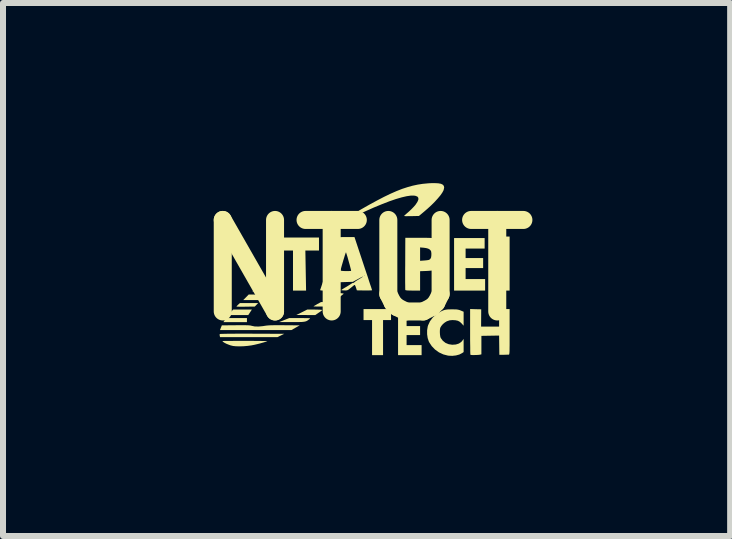
<source format=kicad_pcb>
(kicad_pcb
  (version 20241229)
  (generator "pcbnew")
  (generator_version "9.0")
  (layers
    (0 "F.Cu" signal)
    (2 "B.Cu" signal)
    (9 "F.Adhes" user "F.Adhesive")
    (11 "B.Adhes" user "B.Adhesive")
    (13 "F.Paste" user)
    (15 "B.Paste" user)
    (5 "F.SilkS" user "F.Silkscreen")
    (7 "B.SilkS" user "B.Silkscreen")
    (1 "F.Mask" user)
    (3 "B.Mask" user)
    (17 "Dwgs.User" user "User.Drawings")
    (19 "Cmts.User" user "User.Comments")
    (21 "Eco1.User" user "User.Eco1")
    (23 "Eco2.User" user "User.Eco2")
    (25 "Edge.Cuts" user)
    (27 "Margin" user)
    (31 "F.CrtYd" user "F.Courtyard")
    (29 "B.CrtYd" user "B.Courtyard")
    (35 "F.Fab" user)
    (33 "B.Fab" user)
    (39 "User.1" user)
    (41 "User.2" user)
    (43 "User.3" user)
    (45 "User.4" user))
  (footprint "NTUT"
    (layer "F.Cu")
    (at 3.055 1.448)
    (property "Reference" "NTUT" (at 0 0 0) (layer "F.SilkS") (effects (font (size 1.524 1.524) (thickness 0.3))))
    (attr board_only exclude_from_pos_files exclude_from_bom)
    (fp_poly (pts (xy -1.992 0.867) (xy -2.384 0.867) (xy -2.339 0.8) (xy -1.992 0.8)) (stroke (width 0) (type solid)) (fill yes) (layer "F.SilkS"))
    (fp_poly (pts (xy -0.667 -0.662) (xy -0.671 -0.658) (xy -0.675 -0.662) (xy -0.671 -0.667)) (stroke (width 0) (type solid)) (fill yes) (layer "F.SilkS"))
    (fp_poly (pts (xy 0.475 0.342) (xy 0.233 0.342) (xy 0.233 -0.542) (xy 0.475 -0.542)) (stroke (width 0) (type solid)) (fill yes) (layer "F.SilkS"))
    (fp_poly (pts (xy 2.383 0.342) (xy 2.133 0.342) (xy 2.133 -0.558) (xy 2.383 -0.558)) (stroke (width 0) (type solid)) (fill yes) (layer "F.SilkS"))
    (fp_poly (pts (xy 0.408 0.833) (xy 0.275 0.833) (xy 0.275 1.417) (xy 0.092 1.417) (xy 0.092 0.833) (xy -0.05 0.833) (xy -0.05 0.65) (xy 0.408 0.65)) (stroke (width 0) (type solid)) (fill yes) (layer "F.SilkS"))
    (fp_poly (pts (xy -1.94 0.704) (xy -1.97 0.75) (xy -2.303 0.75) (xy -2.286 0.731) (xy -2.269 0.712) (xy -2.25 0.69) (xy -2.246 0.685) (xy -2.222 0.658) (xy -1.91 0.658)) (stroke (width 0) (type solid)) (fill yes) (layer "F.SilkS"))
    (fp_poly (pts (xy -0.792 -0.325) (xy -1.019 -0.325) (xy -1.013 0.008) (xy -1.007 0.342) (xy -1.225 0.342) (xy -1.225 -0.325) (xy -1.433 -0.325) (xy -1.433 -0.542) (xy -0.792 -0.542)) (stroke (width 0) (type solid)) (fill yes) (layer "F.SilkS"))
    (fp_poly (pts (xy -1.861 0.608) (xy -2.014 0.61) (xy -2.062 0.611) (xy -2.104 0.611) (xy -2.137 0.61) (xy -2.159 0.609) (xy -2.167 0.608) (xy -2.161 0.6) (xy -2.147 0.585) (xy -2.138 0.576) (xy -2.109 0.55) (xy -1.805 0.55)) (stroke (width 0) (type solid)) (fill yes) (layer "F.SilkS"))
    (fp_poly (pts (xy 0.917 0.808) (xy 0.667 0.808) (xy 0.667 0.933) (xy 0.892 0.933) (xy 0.892 1.083) (xy 0.667 1.083) (xy 0.667 1.25) (xy 0.917 1.25) (xy 0.917 1.417) (xy 0.525 1.417) (xy 0.525 0.65) (xy 0.917 0.65)) (stroke (width 0) (type solid)) (fill yes) (layer "F.SilkS"))
    (fp_poly (pts (xy 1.967 -0.358) (xy 1.65 -0.358) (xy 1.65 -0.2) (xy 1.942 -0.2) (xy 1.942 -0.033) (xy 1.65 -0.033) (xy 1.65 0.15) (xy 1.975 0.15) (xy 1.975 0.342) (xy 1.458 0.342) (xy 1.458 -0.533) (xy 1.967 -0.533)) (stroke (width 0) (type solid)) (fill yes) (layer "F.SilkS"))
    (fp_poly (pts (xy -1.815 0.409) (xy -1.767 0.41) (xy -1.726 0.411) (xy -1.694 0.412) (xy -1.673 0.413) (xy -1.667 0.413) (xy -1.672 0.42) (xy -1.687 0.435) (xy -1.708 0.455) (xy -1.71 0.458) (xy -1.754 0.5) (xy -1.904 0.5) (xy -2.054 0.5) (xy -2.008 0.454) (xy -1.962 0.407)) (stroke (width 0) (type solid)) (fill yes) (layer "F.SilkS"))
    (fp_poly (pts (xy -0.816 0.659) (xy -0.78 0.66) (xy -0.753 0.662) (xy -0.738 0.664) (xy -0.737 0.666) (xy -0.745 0.673) (xy -0.764 0.688) (xy -0.79 0.706) (xy -0.798 0.711) (xy -0.855 0.75) (xy -1.013 0.749) (xy -1.171 0.749) (xy -1.079 0.704) (xy -0.988 0.658) (xy -0.86 0.658)) (stroke (width 0) (type solid)) (fill yes) (layer "F.SilkS"))
    (fp_poly (pts (xy -0.661 0.535) (xy -0.564 0.537) (xy -0.61 0.573) (xy -0.656 0.608) (xy -0.77 0.608) (xy -0.811 0.608) (xy -0.846 0.607) (xy -0.87 0.606) (xy -0.883 0.605) (xy -0.883 0.605) (xy -0.877 0.6) (xy -0.858 0.589) (xy -0.832 0.574) (xy -0.821 0.567) (xy -0.758 0.533)) (stroke (width 0) (type solid)) (fill yes) (layer "F.SilkS"))
    (fp_poly (pts (xy -1.93 1.06) (xy -1.904 1.06) (xy -1.371 1.062) (xy -1.483 1.117) (xy -2.44 1.117) (xy -2.445 1.095) (xy -2.447 1.076) (xy -2.444 1.065) (xy -2.434 1.064) (xy -2.41 1.063) (xy -2.371 1.062) (xy -2.32 1.061) (xy -2.259 1.061) (xy -2.187 1.06) (xy -2.108 1.06) (xy -2.021 1.06)) (stroke (width 0) (type solid)) (fill yes) (layer "F.SilkS"))
    (fp_poly (pts (xy -0.439 0.385) (xy -0.41 0.387) (xy -0.389 0.39) (xy -0.38 0.393) (xy -0.381 0.394) (xy -0.389 0.402) (xy -0.407 0.416) (xy -0.431 0.436) (xy -0.439 0.442) (xy -0.494 0.483) (xy -0.582 0.483) (xy -0.671 0.482) (xy -0.637 0.462) (xy -0.591 0.433) (xy -0.556 0.413) (xy -0.528 0.399) (xy -0.505 0.39) (xy -0.484 0.386) (xy -0.461 0.385)) (stroke (width 0) (type solid)) (fill yes) (layer "F.SilkS"))
    (fp_poly (pts (xy -1.108 0.8) (xy -1.049 0.8) (xy -1.005 0.801) (xy -0.974 0.801) (xy -0.954 0.802) (xy -0.944 0.804) (xy -0.941 0.807) (xy -0.944 0.811) (xy -0.95 0.816) (xy -0.95 0.816) (xy -0.97 0.831) (xy -0.987 0.843) (xy -1.005 0.852) (xy -1.025 0.858) (xy -1.051 0.862) (xy -1.083 0.865) (xy -1.125 0.866) (xy -1.18 0.866) (xy -1.245 0.866) (xy -1.454 0.866) (xy -1.371 0.833) (xy -1.288 0.8)) (stroke (width 0) (type solid)) (fill yes) (layer "F.SilkS"))
    (fp_poly (pts (xy -1.426 0.918) (xy -1.367 0.919) (xy -1.113 0.921) (xy -1.182 0.96) (xy -1.252 1) (xy -2.441 1) (xy -2.426 0.96) (xy -2.41 0.921) (xy -2.18 0.919) (xy -2.108 0.918) (xy -2.051 0.918) (xy -2.006 0.919) (xy -1.972 0.92) (xy -1.946 0.922) (xy -1.927 0.925) (xy -1.913 0.929) (xy -1.912 0.929) (xy -1.863 0.939) (xy -1.8 0.941) (xy -1.726 0.934) (xy -1.695 0.929) (xy -1.668 0.925) (xy -1.637 0.922) (xy -1.599 0.92) (xy -1.553 0.919) (xy -1.496 0.918)) (stroke (width 0) (type solid)) (fill yes) (layer "F.SilkS"))
    (fp_poly (pts (xy -1.734 0.25) (xy -1.702 0.255) (xy -1.657 0.263) (xy -1.65 0.265) (xy -1.609 0.273) (xy -1.574 0.28) (xy -1.548 0.285) (xy -1.535 0.288) (xy -1.534 0.289) (xy -1.538 0.295) (xy -1.551 0.31) (xy -1.572 0.329) (xy -1.572 0.329) (xy -1.585 0.341) (xy -1.595 0.351) (xy -1.606 0.357) (xy -1.619 0.362) (xy -1.636 0.364) (xy -1.661 0.365) (xy -1.694 0.364) (xy -1.74 0.362) (xy -1.799 0.359) (xy -1.804 0.359) (xy -1.903 0.354) (xy -1.854 0.312) (xy -1.822 0.285) (xy -1.799 0.266) (xy -1.779 0.255) (xy -1.759 0.25)) (stroke (width 0) (type solid)) (fill yes) (layer "F.SilkS"))
    (fp_poly (pts (xy -1.944 1.179) (xy -1.873 1.18) (xy -1.809 1.18) (xy -1.753 1.181) (xy -1.709 1.182) (xy -1.676 1.183) (xy -1.657 1.184) (xy -1.653 1.185) (xy -1.67 1.192) (xy -1.7 1.201) (xy -1.738 1.212) (xy -1.781 1.224) (xy -1.826 1.235) (xy -1.868 1.245) (xy -1.905 1.252) (xy -1.913 1.254) (xy -1.98 1.263) (xy -2.05 1.269) (xy -2.118 1.271) (xy -2.179 1.269) (xy -2.228 1.264) (xy -2.229 1.263) (xy -2.263 1.255) (xy -2.299 1.242) (xy -2.334 1.228) (xy -2.365 1.212) (xy -2.388 1.197) (xy -2.399 1.185) (xy -2.4 1.182) (xy -2.392 1.182) (xy -2.369 1.181) (xy -2.332 1.181) (xy -2.284 1.18) (xy -2.226 1.18) (xy -2.16 1.179) (xy -2.086 1.179) (xy -2.021 1.179)) (stroke (width 0) (type solid)) (fill yes) (layer "F.SilkS"))
    (fp_poly (pts (xy 1.817 0.652) (xy 1.91 0.654) (xy 1.909 0.798) (xy 1.908 0.942) (xy 2.208 0.942) (xy 2.208 0.65) (xy 2.383 0.65) (xy 2.383 1.029) (xy 2.383 1.119) (xy 2.383 1.193) (xy 2.383 1.253) (xy 2.382 1.301) (xy 2.382 1.338) (xy 2.381 1.366) (xy 2.379 1.385) (xy 2.377 1.398) (xy 2.375 1.405) (xy 2.372 1.408) (xy 2.369 1.409) (xy 2.354 1.409) (xy 2.327 1.41) (xy 2.294 1.411) (xy 2.283 1.411) (xy 2.212 1.412) (xy 2.208 1.091) (xy 1.913 1.096) (xy 1.913 1.404) (xy 1.892 1.409) (xy 1.873 1.412) (xy 1.844 1.414) (xy 1.812 1.415) (xy 1.78 1.416) (xy 1.752 1.415) (xy 1.735 1.413) (xy 1.731 1.411) (xy 1.729 1.402) (xy 1.728 1.378) (xy 1.727 1.34) (xy 1.727 1.291) (xy 1.726 1.232) (xy 1.725 1.165) (xy 1.725 1.091) (xy 1.725 1.028) (xy 1.725 0.649)) (stroke (width 0) (type solid)) (fill yes) (layer "F.SilkS"))
    (fp_poly (pts (xy 1.466 0.655) (xy 1.5 0.656) (xy 1.525 0.66) (xy 1.548 0.666) (xy 1.569 0.674) (xy 1.617 0.694) (xy 1.617 0.927) (xy 1.584 0.89) (xy 1.555 0.863) (xy 1.522 0.845) (xy 1.482 0.836) (xy 1.432 0.833) (xy 1.385 0.837) (xy 1.343 0.851) (xy 1.337 0.853) (xy 1.303 0.874) (xy 1.271 0.901) (xy 1.245 0.932) (xy 1.229 0.96) (xy 1.227 0.964) (xy 1.222 0.995) (xy 1.221 1.033) (xy 1.223 1.072) (xy 1.228 1.107) (xy 1.235 1.13) (xy 1.27 1.177) (xy 1.315 1.213) (xy 1.368 1.235) (xy 1.427 1.244) (xy 1.487 1.24) (xy 1.538 1.224) (xy 1.577 1.198) (xy 1.592 1.181) (xy 1.617 1.147) (xy 1.617 1.366) (xy 1.592 1.383) (xy 1.546 1.407) (xy 1.49 1.422) (xy 1.428 1.429) (xy 1.364 1.426) (xy 1.357 1.425) (xy 1.279 1.405) (xy 1.206 1.371) (xy 1.141 1.324) (xy 1.086 1.267) (xy 1.043 1.202) (xy 1.036 1.187) (xy 1.018 1.132) (xy 1.009 1.069) (xy 1.009 1.003) (xy 1.019 0.941) (xy 1.025 0.921) (xy 1.056 0.854) (xy 1.101 0.793) (xy 1.158 0.74) (xy 1.225 0.696) (xy 1.272 0.674) (xy 1.297 0.665) (xy 1.321 0.66) (xy 1.349 0.656) (xy 1.386 0.655) (xy 1.421 0.654)) (stroke (width 0) (type solid)) (fill yes) (layer "F.SilkS"))
    (fp_poly (pts (xy 0.875 -0.537) (xy 0.943 -0.537) (xy 0.997 -0.537) (xy 1.038 -0.536) (xy 1.07 -0.535) (xy 1.094 -0.533) (xy 1.112 -0.53) (xy 1.128 -0.526) (xy 1.143 -0.522) (xy 1.154 -0.517) (xy 1.202 -0.492) (xy 1.249 -0.453) (xy 1.251 -0.451) (xy 1.284 -0.412) (xy 1.307 -0.374) (xy 1.32 -0.331) (xy 1.324 -0.279) (xy 1.324 -0.243) (xy 1.317 -0.183) (xy 1.302 -0.134) (xy 1.276 -0.092) (xy 1.24 -0.055) (xy 1.21 -0.031) (xy 1.178 -0.013) (xy 1.14 -0.001) (xy 1.093 0.008) (xy 1.035 0.013) (xy 1.002 0.015) (xy 0.892 0.019) (xy 0.892 0.342) (xy 0.771 0.342) (xy 0.719 0.341) (xy 0.683 0.34) (xy 0.659 0.337) (xy 0.648 0.334) (xy 0.645 0.331) (xy 0.645 0.321) (xy 0.644 0.296) (xy 0.644 0.257) (xy 0.643 0.207) (xy 0.643 0.146) (xy 0.643 0.077) (xy 0.643 0.000228) (xy 0.644 -0.082) (xy 0.644 -0.108) (xy 0.645 -0.377) (xy 0.892 -0.377) (xy 0.892 -0.154) (xy 0.96 -0.159) (xy 0.994 -0.162) (xy 1.023 -0.166) (xy 1.042 -0.17) (xy 1.044 -0.171) (xy 1.063 -0.187) (xy 1.077 -0.214) (xy 1.084 -0.248) (xy 1.084 -0.282) (xy 1.076 -0.312) (xy 1.069 -0.324) (xy 1.05 -0.344) (xy 1.026 -0.357) (xy 0.993 -0.366) (xy 0.951 -0.372) (xy 0.892 -0.377) (xy 0.645 -0.377) (xy 0.646 -0.537)) (stroke (width 0) (type solid)) (fill yes) (layer "F.SilkS"))
    (fp_poly (pts (xy 1.194 -1.445) (xy 1.239 -1.437) (xy 1.27 -1.422) (xy 1.287 -1.402) (xy 1.293 -1.375) (xy 1.286 -1.341) (xy 1.28 -1.323) (xy 1.26 -1.287) (xy 1.229 -1.243) (xy 1.187 -1.193) (xy 1.137 -1.138) (xy 1.08 -1.081) (xy 1.018 -1.024) (xy 0.959 -0.973) (xy 0.873 -0.901) (xy 0.745 -0.898) (xy 0.696 -0.898) (xy 0.663 -0.897) (xy 0.641 -0.898) (xy 0.63 -0.9) (xy 0.627 -0.903) (xy 0.63 -0.908) (xy 0.631 -0.909) (xy 0.644 -0.92) (xy 0.665 -0.939) (xy 0.692 -0.962) (xy 0.712 -0.98) (xy 0.745 -1.011) (xy 0.779 -1.046) (xy 0.808 -1.078) (xy 0.818 -1.091) (xy 0.847 -1.135) (xy 0.863 -1.172) (xy 0.863 -1.201) (xy 0.849 -1.222) (xy 0.82 -1.235) (xy 0.792 -1.24) (xy 0.737 -1.24) (xy 0.668 -1.23) (xy 0.586 -1.211) (xy 0.49 -1.183) (xy 0.382 -1.146) (xy 0.261 -1.099) (xy 0.127 -1.044) (xy -0.019 -0.979) (xy -0.177 -0.906) (xy -0.348 -0.823) (xy -0.375 -0.81) (xy -0.447 -0.774) (xy -0.506 -0.745) (xy -0.552 -0.722) (xy -0.588 -0.705) (xy -0.614 -0.692) (xy -0.632 -0.683) (xy -0.643 -0.678) (xy -0.649 -0.675) (xy -0.652 -0.675) (xy -0.651 -0.676) (xy -0.65 -0.677) (xy -0.642 -0.683) (xy -0.621 -0.696) (xy -0.589 -0.715) (xy -0.548 -0.739) (xy -0.501 -0.768) (xy -0.448 -0.8) (xy -0.392 -0.833) (xy -0.334 -0.867) (xy -0.277 -0.901) (xy -0.221 -0.934) (xy -0.17 -0.964) (xy -0.125 -0.991) (xy -0.092 -1.01) (xy 0.047 -1.089) (xy 0.174 -1.158) (xy 0.291 -1.219) (xy 0.399 -1.271) (xy 0.499 -1.315) (xy 0.593 -1.352) (xy 0.682 -1.381) (xy 0.768 -1.405) (xy 0.852 -1.423) (xy 0.936 -1.436) (xy 1.02 -1.444) (xy 1.06 -1.447) (xy 1.134 -1.448)) (stroke (width 0) (type solid)) (fill yes) (layer "F.SilkS"))
    (fp_poly (pts (xy -0.055 -0.11) (xy -0.028 -0.028) (xy -0.002 0.049) (xy 0.022 0.12) (xy 0.042 0.183) (xy 0.06 0.238) (xy 0.075 0.281) (xy 0.085 0.313) (xy 0.091 0.332) (xy 0.092 0.336) (xy 0.084 0.338) (xy 0.062 0.339) (xy 0.03 0.34) (xy -0.011 0.34) (xy -0.035 0.34) (xy -0.161 0.338) (xy -0.177 0.289) (xy -0.187 0.263) (xy -0.194 0.25) (xy -0.2 0.248) (xy -0.207 0.252) (xy -0.22 0.262) (xy -0.242 0.28) (xy -0.267 0.3) (xy -0.268 0.301) (xy -0.294 0.321) (xy -0.312 0.333) (xy -0.33 0.338) (xy -0.353 0.34) (xy -0.37 0.339) (xy -0.397 0.338) (xy -0.415 0.336) (xy -0.42 0.333) (xy -0.412 0.326) (xy -0.392 0.313) (xy -0.365 0.296) (xy -0.335 0.279) (xy -0.301 0.258) (xy -0.272 0.24) (xy -0.25 0.226) (xy -0.24 0.219) (xy -0.224 0.212) (xy -0.215 0.213) (xy -0.209 0.215) (xy -0.21 0.213) (xy -0.206 0.206) (xy -0.19 0.193) (xy -0.165 0.176) (xy -0.139 0.16) (xy -0.098 0.135) (xy -0.071 0.118) (xy -0.058 0.109) (xy -0.06 0.108) (xy -0.075 0.114) (xy -0.105 0.129) (xy -0.138 0.147) (xy -0.229 0.196) (xy -0.358 0.2) (xy -0.486 0.204) (xy -0.504 0.271) (xy -0.521 0.338) (xy -0.649 0.34) (xy -0.698 0.341) (xy -0.732 0.341) (xy -0.754 0.34) (xy -0.767 0.338) (xy -0.772 0.334) (xy -0.772 0.329) (xy -0.772 0.328) (xy -0.768 0.318) (xy -0.759 0.293) (xy -0.747 0.256) (xy -0.73 0.207) (xy -0.71 0.149) (xy -0.692 0.096) (xy -0.042 0.096) (xy -0.037 0.1) (xy -0.033 0.096) (xy -0.037 0.092) (xy -0.042 0.096) (xy -0.692 0.096) (xy -0.688 0.082) (xy -0.663 0.009) (xy -0.663 0.008) (xy -0.433 0.008) (xy -0.426 0.011) (xy -0.406 0.014) (xy -0.377 0.016) (xy -0.345 0.017) (xy -0.312 0.017) (xy -0.284 0.016) (xy -0.264 0.015) (xy -0.257 0.013) (xy -0.258 0.004) (xy -0.263 -0.018) (xy -0.271 -0.049) (xy -0.281 -0.088) (xy -0.293 -0.13) (xy -0.305 -0.173) (xy -0.316 -0.214) (xy -0.327 -0.249) (xy -0.336 -0.277) (xy -0.341 -0.293) (xy -0.343 -0.295) (xy -0.346 -0.289) (xy -0.353 -0.27) (xy -0.363 -0.24) (xy -0.374 -0.203) (xy -0.387 -0.162) (xy -0.399 -0.12) (xy -0.411 -0.079) (xy -0.421 -0.043) (xy -0.429 -0.014) (xy -0.433 0.004) (xy -0.433 0.008) (xy -0.663 0.008) (xy -0.636 -0.07) (xy -0.623 -0.108) (xy -0.596 -0.188) (xy -0.57 -0.264) (xy -0.546 -0.333) (xy -0.525 -0.395) (xy -0.506 -0.448) (xy -0.491 -0.49) (xy -0.48 -0.52) (xy -0.474 -0.537) (xy -0.473 -0.54) (xy -0.464 -0.544) (xy -0.444 -0.547) (xy -0.411 -0.549) (xy -0.365 -0.55) (xy -0.333 -0.55) (xy -0.201 -0.55)) (stroke (width 0) (type solid)) (fill yes) (layer "F.SilkS")))
  (gr_rect
    (start -3 -3)
    (end 9.111 5.877)
    (stroke (width 0.1) (type default))
    (fill no)
    (layer "Edge.Cuts")))
</source>
